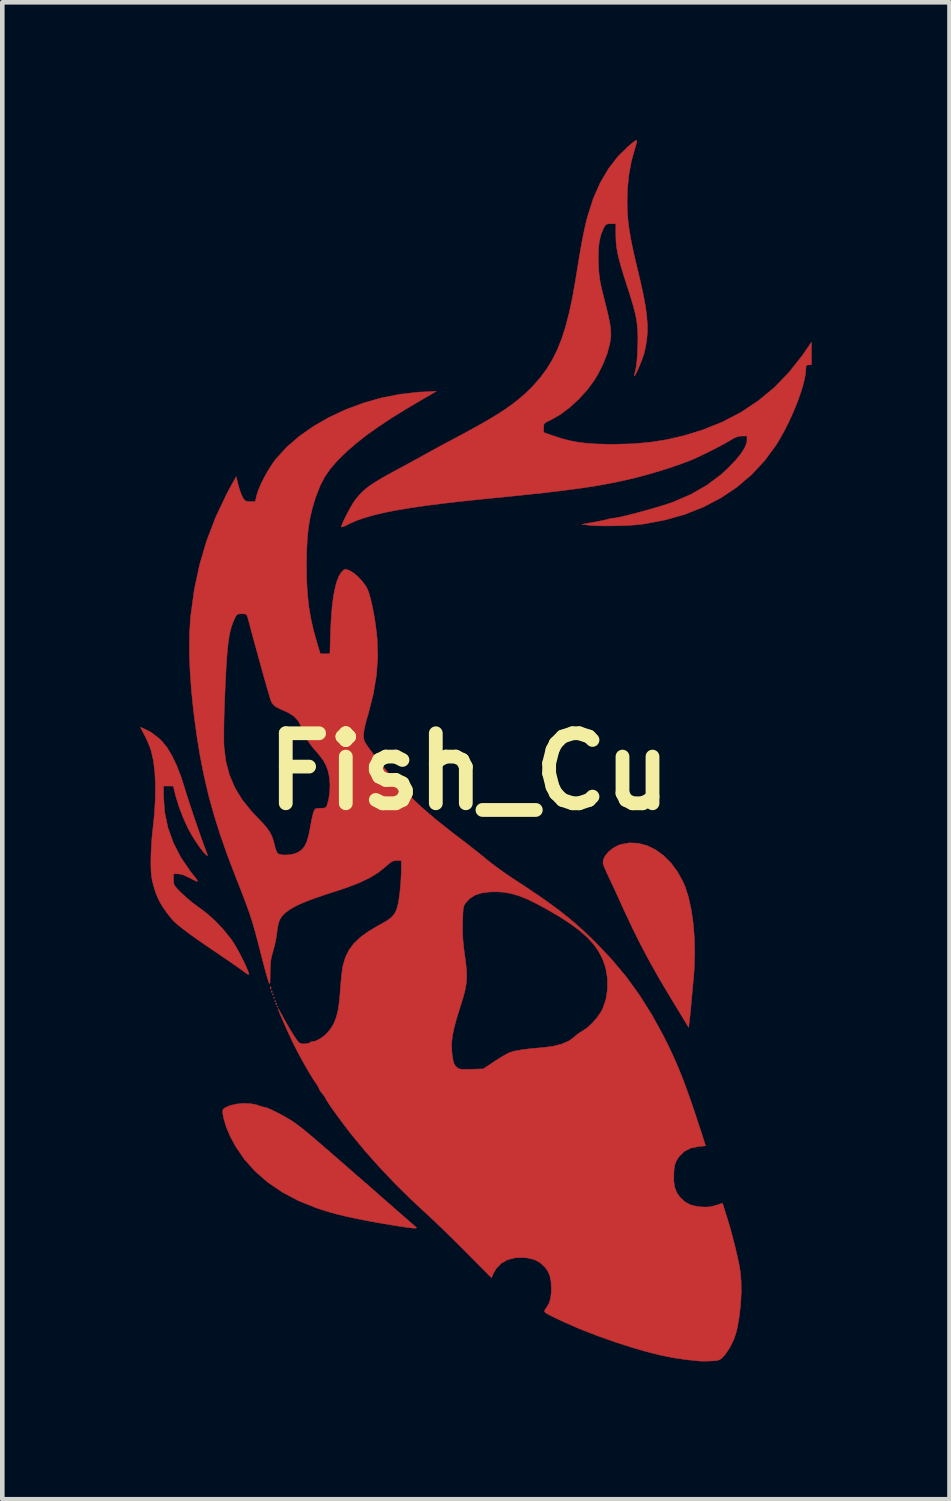
<source format=kicad_pcb>
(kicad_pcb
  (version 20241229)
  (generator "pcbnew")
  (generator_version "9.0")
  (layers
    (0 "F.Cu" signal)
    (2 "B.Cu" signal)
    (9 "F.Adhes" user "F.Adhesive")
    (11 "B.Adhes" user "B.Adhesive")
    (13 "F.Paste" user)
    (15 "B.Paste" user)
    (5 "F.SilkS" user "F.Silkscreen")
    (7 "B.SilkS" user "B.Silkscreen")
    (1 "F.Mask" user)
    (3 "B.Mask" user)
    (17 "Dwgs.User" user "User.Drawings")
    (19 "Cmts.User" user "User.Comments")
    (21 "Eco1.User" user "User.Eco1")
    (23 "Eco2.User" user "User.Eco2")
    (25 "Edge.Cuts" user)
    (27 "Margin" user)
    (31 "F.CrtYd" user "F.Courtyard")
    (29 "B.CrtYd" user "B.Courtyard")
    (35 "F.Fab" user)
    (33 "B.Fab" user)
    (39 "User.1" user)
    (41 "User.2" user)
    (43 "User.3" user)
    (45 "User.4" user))
  (footprint "Fish_Cu"
    (layer "F.Cu")
    (at 7.162 13.746)
    (property "Reference" "Fish_Cu" (at 0 0 0) (layer "F.SilkS") (effects (font (size 1.524 1.524) (thickness 0.3))))
    (attr through_hole)
    (fp_poly (pts (xy -4.258 4.85) (xy -4.27 4.862) (xy -4.282 4.85) (xy -4.27 4.838) (xy -4.258 4.85)) (stroke (width 0.01) (type solid)) (fill yes) (layer "F.Cu"))
    (fp_poly (pts (xy -4.233 4.923) (xy -4.245 4.935) (xy -4.258 4.923) (xy -4.245 4.911) (xy -4.233 4.923)) (stroke (width 0.01) (type solid)) (fill yes) (layer "F.Cu"))
    (fp_poly (pts (xy -4.209 4.995) (xy -4.221 5.007) (xy -4.233 4.995) (xy -4.221 4.983) (xy -4.209 4.995)) (stroke (width 0.01) (type solid)) (fill yes) (layer "F.Cu"))
    (fp_poly (pts (xy -4.161 5.116) (xy -4.173 5.128) (xy -4.185 5.116) (xy -4.173 5.104) (xy -4.161 5.116)) (stroke (width 0.01) (type solid)) (fill yes) (layer "F.Cu"))
    (fp_poly (pts (xy -4.314 4.688) (xy -4.311 4.726) (xy -4.315 4.735) (xy -4.326 4.728) (xy -4.328 4.703) (xy -4.322 4.677) (xy -4.314 4.688)) (stroke (width 0.01) (type solid)) (fill yes) (layer "F.Cu"))
    (fp_poly (pts (xy -4.29 4.774) (xy -4.287 4.802) (xy -4.29 4.806) (xy -4.304 4.803) (xy -4.306 4.79) (xy -4.297 4.77) (xy -4.29 4.774)) (stroke (width 0.01) (type solid)) (fill yes) (layer "F.Cu"))
    (fp_poly (pts (xy -4.193 5.04) (xy -4.19 5.068) (xy -4.193 5.072) (xy -4.207 5.069) (xy -4.209 5.056) (xy -4.2 5.036) (xy -4.193 5.04)) (stroke (width 0.01) (type solid)) (fill yes) (layer "F.Cu"))
    (fp_poly (pts (xy 3.677 1.559) (xy 3.869 1.609) (xy 4.055 1.699) (xy 4.231 1.827) (xy 4.393 1.988) (xy 4.536 2.182) (xy 4.658 2.404) (xy 4.703 2.51) (xy 4.776 2.738) (xy 4.834 3.004) (xy 4.877 3.299) (xy 4.902 3.616) (xy 4.91 3.947) (xy 4.9 4.282) (xy 4.887 4.463) (xy 4.875 4.591) (xy 4.861 4.744) (xy 4.847 4.902) (xy 4.837 5.007) (xy 4.825 5.138) (xy 4.813 5.264) (xy 4.802 5.371) (xy 4.794 5.439) (xy 4.778 5.568) (xy 4.678 5.403) (xy 4.628 5.32) (xy 4.561 5.209) (xy 4.484 5.083) (xy 4.406 4.955) (xy 4.387 4.923) (xy 4.148 4.522) (xy 3.934 4.143) (xy 3.736 3.771) (xy 3.548 3.393) (xy 3.361 2.993) (xy 3.33 2.924) (xy 3.264 2.778) (xy 3.192 2.621) (xy 3.123 2.471) (xy 3.063 2.345) (xy 3.052 2.322) (xy 3.002 2.215) (xy 2.959 2.118) (xy 2.928 2.043) (xy 2.915 2.004) (xy 2.918 1.923) (xy 2.96 1.834) (xy 3.033 1.746) (xy 3.13 1.668) (xy 3.244 1.606) (xy 3.293 1.588) (xy 3.484 1.551) (xy 3.677 1.559)) (stroke (width 0.01) (type solid)) (fill yes) (layer "F.Cu"))
    (fp_poly (pts (xy -4.754 7.229) (xy -4.616 7.257) (xy -4.575 7.272) (xy -4.51 7.295) (xy -4.458 7.305) (xy -4.454 7.306) (xy -4.408 7.317) (xy -4.329 7.35) (xy -4.226 7.399) (xy -4.106 7.461) (xy -3.985 7.528) (xy -3.938 7.556) (xy -3.893 7.582) (xy -3.849 7.61) (xy -3.803 7.641) (xy -3.753 7.677) (xy -3.695 7.72) (xy -3.628 7.773) (xy -3.549 7.837) (xy -3.456 7.915) (xy -3.345 8.009) (xy -3.216 8.12) (xy -3.064 8.251) (xy -2.888 8.404) (xy -2.685 8.581) (xy -2.453 8.784) (xy -2.188 9.014) (xy -1.946 9.227) (xy -1.781 9.371) (xy -1.627 9.505) (xy -1.488 9.627) (xy -1.368 9.732) (xy -1.27 9.817) (xy -1.199 9.879) (xy -1.158 9.915) (xy -1.15 9.922) (xy -1.148 9.935) (xy -1.184 9.939) (xy -1.26 9.933) (xy -1.378 9.918) (xy -1.542 9.893) (xy -1.548 9.892) (xy -1.881 9.837) (xy -2.172 9.785) (xy -2.427 9.736) (xy -2.653 9.688) (xy -2.856 9.639) (xy -3.042 9.588) (xy -3.218 9.534) (xy -3.336 9.494) (xy -3.716 9.341) (xy -4.063 9.157) (xy -4.376 8.945) (xy -4.652 8.706) (xy -4.89 8.441) (xy -5.081 8.163) (xy -5.195 7.95) (xy -5.284 7.742) (xy -5.342 7.551) (xy -5.359 7.465) (xy -5.366 7.396) (xy -5.357 7.355) (xy -5.326 7.326) (xy -5.318 7.321) (xy -5.206 7.269) (xy -5.064 7.236) (xy -4.908 7.222) (xy -4.754 7.229)) (stroke (width 0.01) (type solid)) (fill yes) (layer "F.Cu"))
    (fp_poly (pts (xy -7.092 -0.941) (xy -6.93 -0.859) (xy -6.768 -0.737) (xy -6.684 -0.657) (xy -6.574 -0.522) (xy -6.467 -0.343) (xy -6.364 -0.126) (xy -6.268 0.123) (xy -6.193 0.361) (xy -6.155 0.485) (xy -6.104 0.645) (xy -6.043 0.828) (xy -5.977 1.026) (xy -5.907 1.228) (xy -5.839 1.424) (xy -5.775 1.602) (xy -5.719 1.753) (xy -5.71 1.776) (xy -5.694 1.822) (xy -5.7 1.83) (xy -5.724 1.812) (xy -5.783 1.751) (xy -5.857 1.657) (xy -5.938 1.54) (xy -6.02 1.411) (xy -6.094 1.28) (xy -6.117 1.238) (xy -6.22 1.013) (xy -6.314 0.767) (xy -6.389 0.524) (xy -6.41 0.441) (xy -6.439 0.314) (xy -6.652 0.314) (xy -6.652 0.541) (xy -6.628 0.884) (xy -6.557 1.222) (xy -6.439 1.55) (xy -6.276 1.868) (xy -6.068 2.173) (xy -5.99 2.271) (xy -5.944 2.33) (xy -5.916 2.373) (xy -5.913 2.389) (xy -5.938 2.384) (xy -5.994 2.359) (xy -6.069 2.321) (xy -6.084 2.313) (xy -6.215 2.251) (xy -6.32 2.226) (xy -6.339 2.226) (xy -6.435 2.226) (xy -6.435 2.349) (xy -6.433 2.406) (xy -6.425 2.45) (xy -6.404 2.492) (xy -6.363 2.542) (xy -6.296 2.611) (xy -6.259 2.647) (xy -6.157 2.742) (xy -6.037 2.842) (xy -5.922 2.929) (xy -5.89 2.951) (xy -5.709 3.088) (xy -5.523 3.256) (xy -5.347 3.442) (xy -5.195 3.631) (xy -5.136 3.715) (xy -5.082 3.803) (xy -5.023 3.908) (xy -4.963 4.022) (xy -4.906 4.135) (xy -4.858 4.239) (xy -4.82 4.327) (xy -4.798 4.389) (xy -4.796 4.417) (xy -4.82 4.411) (xy -4.865 4.382) (xy -4.874 4.374) (xy -4.924 4.337) (xy -5.002 4.281) (xy -5.11 4.206) (xy -5.251 4.108) (xy -5.427 3.988) (xy -5.64 3.843) (xy -5.738 3.777) (xy -5.925 3.647) (xy -6.093 3.527) (xy -6.236 3.419) (xy -6.35 3.328) (xy -6.43 3.256) (xy -6.459 3.225) (xy -6.586 3.065) (xy -6.683 2.924) (xy -6.758 2.79) (xy -6.817 2.65) (xy -6.867 2.492) (xy -6.875 2.463) (xy -6.898 2.369) (xy -6.913 2.28) (xy -6.922 2.183) (xy -6.927 2.064) (xy -6.927 1.911) (xy -6.923 1.748) (xy -6.913 1.567) (xy -6.9 1.391) (xy -6.884 1.246) (xy -6.849 0.91) (xy -6.831 0.588) (xy -6.828 0.285) (xy -6.842 0.008) (xy -6.872 -0.236) (xy -6.918 -0.441) (xy -6.922 -0.455) (xy -6.959 -0.56) (xy -7.011 -0.682) (xy -7.064 -0.791) (xy -7.157 -0.965) (xy -7.092 -0.941)) (stroke (width 0.01) (type solid)) (fill yes) (layer "F.Cu"))
    (fp_poly (pts (xy 3.651 -13.72) (xy 3.639 -13.665) (xy 3.612 -13.576) (xy 3.532 -13.289) (xy 3.479 -13.006) (xy 3.448 -12.706) (xy 3.443 -12.603) (xy 3.439 -12.398) (xy 3.443 -12.2) (xy 3.458 -11.999) (xy 3.485 -11.789) (xy 3.525 -11.559) (xy 3.578 -11.303) (xy 3.646 -11.012) (xy 3.665 -10.934) (xy 3.738 -10.626) (xy 3.796 -10.357) (xy 3.839 -10.121) (xy 3.866 -9.913) (xy 3.88 -9.726) (xy 3.879 -9.554) (xy 3.865 -9.392) (xy 3.838 -9.232) (xy 3.809 -9.107) (xy 3.787 -9.038) (xy 3.755 -8.951) (xy 3.717 -8.856) (xy 3.678 -8.763) (xy 3.642 -8.685) (xy 3.613 -8.631) (xy 3.597 -8.612) (xy 3.598 -8.633) (xy 3.609 -8.687) (xy 3.623 -8.739) (xy 3.638 -8.818) (xy 3.652 -8.935) (xy 3.663 -9.081) (xy 3.67 -9.246) (xy 3.67 -9.253) (xy 3.674 -9.418) (xy 3.671 -9.563) (xy 3.662 -9.697) (xy 3.645 -9.829) (xy 3.617 -9.969) (xy 3.577 -10.125) (xy 3.524 -10.305) (xy 3.456 -10.52) (xy 3.435 -10.583) (xy 3.363 -10.81) (xy 3.306 -10.998) (xy 3.262 -11.157) (xy 3.231 -11.294) (xy 3.21 -11.416) (xy 3.198 -11.531) (xy 3.194 -11.648) (xy 3.193 -11.695) (xy 3.193 -11.926) (xy 3.085 -11.926) (xy 3.015 -11.922) (xy 2.975 -11.904) (xy 2.942 -11.858) (xy 2.927 -11.83) (xy 2.873 -11.7) (xy 2.836 -11.556) (xy 2.816 -11.389) (xy 2.811 -11.188) (xy 2.814 -11.067) (xy 2.82 -10.934) (xy 2.829 -10.821) (xy 2.842 -10.716) (xy 2.863 -10.605) (xy 2.893 -10.474) (xy 2.934 -10.311) (xy 2.935 -10.305) (xy 2.988 -10.094) (xy 3.029 -9.922) (xy 3.058 -9.783) (xy 3.077 -9.668) (xy 3.085 -9.571) (xy 3.085 -9.484) (xy 3.077 -9.401) (xy 3.062 -9.314) (xy 3.062 -9.314) (xy 3.004 -9.1) (xy 2.916 -8.875) (xy 2.806 -8.655) (xy 2.72 -8.513) (xy 2.565 -8.304) (xy 2.385 -8.107) (xy 2.191 -7.929) (xy 1.992 -7.779) (xy 1.797 -7.666) (xy 1.785 -7.66) (xy 1.701 -7.62) (xy 1.653 -7.591) (xy 1.629 -7.561) (xy 1.622 -7.522) (xy 1.621 -7.483) (xy 1.621 -7.383) (xy 1.796 -7.321) (xy 1.987 -7.258) (xy 2.168 -7.209) (xy 2.35 -7.173) (xy 2.543 -7.148) (xy 2.757 -7.133) (xy 3.003 -7.126) (xy 3.157 -7.125) (xy 3.568 -7.136) (xy 3.949 -7.17) (xy 4.314 -7.228) (xy 4.677 -7.313) (xy 5.05 -7.427) (xy 5.075 -7.435) (xy 5.509 -7.608) (xy 5.916 -7.82) (xy 6.294 -8.072) (xy 6.643 -8.361) (xy 6.961 -8.689) (xy 7.25 -9.054) (xy 7.304 -9.131) (xy 7.451 -9.347) (xy 7.451 -8.854) (xy 7.39 -8.854) (xy 7.35 -8.848) (xy 7.333 -8.821) (xy 7.33 -8.763) (xy 7.316 -8.626) (xy 7.28 -8.456) (xy 7.222 -8.262) (xy 7.147 -8.05) (xy 7.058 -7.83) (xy 6.957 -7.608) (xy 6.848 -7.394) (xy 6.734 -7.193) (xy 6.673 -7.096) (xy 6.425 -6.761) (xy 6.143 -6.46) (xy 5.828 -6.192) (xy 5.48 -5.959) (xy 5.103 -5.761) (xy 4.697 -5.6) (xy 4.264 -5.477) (xy 3.806 -5.391) (xy 3.742 -5.383) (xy 3.606 -5.369) (xy 3.44 -5.359) (xy 3.258 -5.352) (xy 3.072 -5.349) (xy 2.894 -5.349) (xy 2.735 -5.354) (xy 2.609 -5.363) (xy 2.576 -5.367) (xy 2.455 -5.383) (xy 2.709 -5.427) (xy 2.82 -5.448) (xy 2.919 -5.468) (xy 2.991 -5.485) (xy 3.019 -5.493) (xy 3.086 -5.511) (xy 3.128 -5.515) (xy 3.188 -5.522) (xy 3.287 -5.541) (xy 3.415 -5.571) (xy 3.566 -5.608) (xy 3.73 -5.652) (xy 3.899 -5.699) (xy 4.066 -5.747) (xy 4.223 -5.795) (xy 4.361 -5.839) (xy 4.451 -5.871) (xy 4.829 -6.035) (xy 5.172 -6.232) (xy 5.48 -6.462) (xy 5.643 -6.611) (xy 5.805 -6.781) (xy 5.926 -6.931) (xy 6.006 -7.061) (xy 6.044 -7.17) (xy 6.048 -7.207) (xy 6.048 -7.306) (xy 5.939 -7.306) (xy 5.857 -7.297) (xy 5.775 -7.265) (xy 5.698 -7.22) (xy 5.61 -7.168) (xy 5.489 -7.102) (xy 5.348 -7.028) (xy 5.198 -6.952) (xy 5.051 -6.881) (xy 4.92 -6.82) (xy 4.847 -6.788) (xy 4.646 -6.711) (xy 4.412 -6.629) (xy 4.158 -6.547) (xy 3.897 -6.471) (xy 3.643 -6.403) (xy 3.629 -6.399) (xy 3.446 -6.356) (xy 3.263 -6.315) (xy 3.076 -6.277) (xy 2.881 -6.241) (xy 2.673 -6.206) (xy 2.448 -6.172) (xy 2.201 -6.139) (xy 1.929 -6.105) (xy 1.627 -6.069) (xy 1.291 -6.033) (xy 0.916 -5.994) (xy 0.499 -5.952) (xy 0.363 -5.939) (xy -0.11 -5.89) (xy -0.536 -5.842) (xy -0.919 -5.793) (xy -1.261 -5.744) (xy -1.564 -5.693) (xy -1.832 -5.641) (xy -2.065 -5.586) (xy -2.267 -5.529) (xy -2.441 -5.469) (xy -2.588 -5.405) (xy -2.631 -5.383) (xy -2.704 -5.347) (xy -2.758 -5.327) (xy -2.782 -5.327) (xy -2.782 -5.328) (xy -2.77 -5.37) (xy -2.74 -5.443) (xy -2.695 -5.536) (xy -2.642 -5.64) (xy -2.586 -5.742) (xy -2.532 -5.834) (xy -2.486 -5.904) (xy -2.477 -5.916) (xy -2.403 -6.007) (xy -2.326 -6.088) (xy -2.24 -6.164) (xy -2.137 -6.241) (xy -2.011 -6.322) (xy -1.857 -6.413) (xy -1.667 -6.518) (xy -1.597 -6.556) (xy -1.448 -6.636) (xy -1.29 -6.722) (xy -1.138 -6.805) (xy -1.006 -6.878) (xy -0.956 -6.906) (xy -0.822 -6.98) (xy -0.667 -7.065) (xy -0.511 -7.149) (xy -0.399 -7.208) (xy -0.09 -7.373) (xy 0.18 -7.521) (xy 0.415 -7.655) (xy 0.619 -7.779) (xy 0.798 -7.895) (xy 0.955 -8.008) (xy 1.096 -8.119) (xy 1.225 -8.232) (xy 1.346 -8.349) (xy 1.392 -8.397) (xy 1.548 -8.574) (xy 1.687 -8.761) (xy 1.81 -8.962) (xy 1.919 -9.181) (xy 2.016 -9.424) (xy 2.103 -9.696) (xy 2.181 -10) (xy 2.254 -10.343) (xy 2.321 -10.728) (xy 2.334 -10.808) (xy 2.379 -11.09) (xy 2.42 -11.332) (xy 2.457 -11.538) (xy 2.492 -11.717) (xy 2.526 -11.874) (xy 2.56 -12.017) (xy 2.578 -12.083) (xy 2.7 -12.468) (xy 2.852 -12.814) (xy 3.032 -13.121) (xy 3.24 -13.39) (xy 3.456 -13.603) (xy 3.549 -13.682) (xy 3.61 -13.728) (xy 3.643 -13.741) (xy 3.651 -13.72)) (stroke (width 0.01) (type solid)) (fill yes) (layer "F.Cu"))
    (fp_poly (pts (xy -1.016 -8.104) (xy -1.374 -7.893) (xy -1.692 -7.696) (xy -1.973 -7.51) (xy -2.222 -7.333) (xy -2.443 -7.16) (xy -2.641 -6.99) (xy -2.819 -6.819) (xy -2.876 -6.76) (xy -3.024 -6.589) (xy -3.144 -6.415) (xy -3.243 -6.225) (xy -3.33 -6.003) (xy -3.349 -5.95) (xy -3.411 -5.743) (xy -3.46 -5.539) (xy -3.496 -5.328) (xy -3.521 -5.1) (xy -3.535 -4.845) (xy -3.541 -4.554) (xy -3.541 -4.499) (xy -3.537 -4.172) (xy -3.521 -3.879) (xy -3.492 -3.608) (xy -3.449 -3.346) (xy -3.389 -3.08) (xy -3.311 -2.798) (xy -3.3 -2.764) (xy -3.24 -2.564) (xy -3.031 -2.564) (xy -3.016 -3.042) (xy -3.002 -3.35) (xy -2.98 -3.616) (xy -2.949 -3.844) (xy -2.908 -4.039) (xy -2.881 -4.135) (xy -2.837 -4.247) (xy -2.786 -4.334) (xy -2.732 -4.389) (xy -2.692 -4.403) (xy -2.616 -4.383) (xy -2.525 -4.33) (xy -2.429 -4.251) (xy -2.337 -4.155) (xy -2.258 -4.05) (xy -2.217 -3.979) (xy -2.182 -3.889) (xy -2.145 -3.759) (xy -2.108 -3.599) (xy -2.073 -3.419) (xy -2.042 -3.226) (xy -2.017 -3.031) (xy -2.002 -2.883) (xy -1.99 -2.499) (xy -2.018 -2.101) (xy -2.087 -1.686) (xy -2.197 -1.251) (xy -2.226 -1.157) (xy -2.262 -1.025) (xy -2.287 -0.902) (xy -2.298 -0.805) (xy -2.298 -0.794) (xy -2.297 -0.741) (xy -2.29 -0.696) (xy -2.273 -0.65) (xy -2.241 -0.595) (xy -2.19 -0.521) (xy -2.115 -0.42) (xy -2.093 -0.391) (xy -1.841 -0.069) (xy -1.584 0.229) (xy -1.315 0.511) (xy -1.025 0.784) (xy -0.707 1.057) (xy -0.353 1.337) (xy -0.273 1.398) (xy -0.132 1.505) (xy 0.015 1.619) (xy 0.157 1.731) (xy 0.282 1.831) (xy 0.365 1.899) (xy 0.479 1.991) (xy 0.619 2.096) (xy 0.768 2.203) (xy 0.909 2.299) (xy 0.936 2.317) (xy 1.235 2.513) (xy 1.497 2.689) (xy 1.729 2.852) (xy 1.937 3.005) (xy 2.126 3.153) (xy 2.303 3.3) (xy 2.473 3.451) (xy 2.643 3.612) (xy 2.759 3.725) (xy 3.108 4.094) (xy 3.423 4.472) (xy 3.711 4.87) (xy 3.978 5.295) (xy 4.231 5.756) (xy 4.31 5.915) (xy 4.394 6.089) (xy 4.473 6.26) (xy 4.548 6.434) (xy 4.622 6.616) (xy 4.697 6.812) (xy 4.776 7.029) (xy 4.861 7.272) (xy 4.953 7.547) (xy 5.055 7.86) (xy 5.104 8.01) (xy 5.147 8.146) (xy 4.988 8.161) (xy 4.818 8.197) (xy 4.678 8.271) (xy 4.567 8.384) (xy 4.538 8.426) (xy 4.5 8.495) (xy 4.477 8.561) (xy 4.463 8.642) (xy 4.456 8.747) (xy 4.455 8.917) (xy 4.476 9.054) (xy 4.521 9.167) (xy 4.59 9.265) (xy 4.693 9.363) (xy 4.811 9.429) (xy 4.956 9.465) (xy 5.054 9.476) (xy 5.177 9.479) (xy 5.276 9.468) (xy 5.375 9.441) (xy 5.376 9.441) (xy 5.515 9.394) (xy 5.614 9.71) (xy 5.671 9.899) (xy 5.728 10.105) (xy 5.782 10.315) (xy 5.83 10.519) (xy 5.87 10.702) (xy 5.897 10.855) (xy 5.901 10.88) (xy 5.92 11.093) (xy 5.923 11.335) (xy 5.91 11.594) (xy 5.881 11.852) (xy 5.839 12.097) (xy 5.818 12.19) (xy 5.762 12.36) (xy 5.68 12.528) (xy 5.583 12.675) (xy 5.541 12.725) (xy 5.492 12.774) (xy 5.449 12.803) (xy 5.395 12.819) (xy 5.314 12.827) (xy 5.286 12.828) (xy 5.18 12.832) (xy 5.076 12.833) (xy 5.007 12.83) (xy 4.722 12.8) (xy 4.442 12.758) (xy 4.158 12.701) (xy 3.861 12.627) (xy 3.541 12.534) (xy 3.187 12.42) (xy 3.185 12.419) (xy 2.78 12.276) (xy 2.411 12.132) (xy 2.068 11.982) (xy 1.962 11.933) (xy 1.831 11.87) (xy 1.739 11.824) (xy 1.679 11.79) (xy 1.649 11.764) (xy 1.641 11.74) (xy 1.651 11.714) (xy 1.674 11.682) (xy 1.679 11.676) (xy 1.737 11.579) (xy 1.772 11.471) (xy 1.788 11.337) (xy 1.79 11.254) (xy 1.782 11.096) (xy 1.757 10.973) (xy 1.71 10.869) (xy 1.651 10.788) (xy 1.542 10.687) (xy 1.417 10.621) (xy 1.263 10.585) (xy 1.199 10.578) (xy 1.006 10.582) (xy 0.837 10.625) (xy 0.697 10.704) (xy 0.587 10.819) (xy 0.53 10.92) (xy 0.486 11.018) (xy -0.085 10.443) (xy -0.239 10.288) (xy -0.399 10.13) (xy -0.557 9.976) (xy -0.706 9.833) (xy -0.839 9.707) (xy -0.947 9.607) (xy -0.975 9.581) (xy -1.301 9.277) (xy -1.632 8.948) (xy -1.957 8.604) (xy -2.265 8.258) (xy -2.544 7.92) (xy -2.619 7.826) (xy -2.707 7.71) (xy -2.797 7.589) (xy -2.885 7.469) (xy -2.966 7.357) (xy -3.034 7.259) (xy -3.085 7.182) (xy -3.115 7.133) (xy -3.121 7.119) (xy -3.135 7.089) (xy -3.172 7.039) (xy -3.192 7.014) (xy -3.236 6.958) (xy -3.262 6.915) (xy -3.265 6.904) (xy -3.279 6.871) (xy -3.313 6.814) (xy -3.342 6.771) (xy -3.4 6.686) (xy -3.472 6.567) (xy -3.555 6.425) (xy -3.642 6.269) (xy -3.728 6.111) (xy -3.775 6.019) (xy -0.382 6.019) (xy -0.371 6.152) (xy -0.368 6.176) (xy -0.351 6.281) (xy -0.332 6.351) (xy -0.307 6.397) (xy -0.275 6.431) (xy -0.243 6.456) (xy -0.209 6.472) (xy -0.162 6.48) (xy -0.091 6.482) (xy 0.015 6.48) (xy 0.049 6.479) (xy 0.308 6.471) (xy 0.547 6.312) (xy 0.652 6.244) (xy 0.752 6.184) (xy 0.835 6.137) (xy 0.883 6.115) (xy 0.987 6.084) (xy 1.134 6.057) (xy 1.318 6.033) (xy 1.534 6.013) (xy 1.569 6.011) (xy 1.813 5.982) (xy 2.018 5.93) (xy 2.182 5.858) (xy 2.303 5.765) (xy 2.313 5.755) (xy 2.364 5.711) (xy 2.434 5.666) (xy 2.454 5.655) (xy 2.563 5.583) (xy 2.676 5.479) (xy 2.783 5.358) (xy 2.871 5.231) (xy 2.906 5.166) (xy 2.977 4.961) (xy 3.012 4.736) (xy 3.011 4.504) (xy 2.974 4.277) (xy 2.905 4.076) (xy 2.818 3.913) (xy 2.71 3.759) (xy 2.574 3.61) (xy 2.408 3.463) (xy 2.208 3.313) (xy 1.969 3.158) (xy 1.693 2.997) (xy 1.464 2.873) (xy 1.264 2.776) (xy 1.087 2.705) (xy 0.923 2.656) (xy 0.766 2.627) (xy 0.608 2.616) (xy 0.455 2.619) (xy 0.273 2.642) (xy 0.127 2.689) (xy 0.011 2.765) (xy -0.059 2.839) (xy -0.088 2.876) (xy -0.108 2.91) (xy -0.122 2.95) (xy -0.13 3.006) (xy -0.136 3.086) (xy -0.139 3.2) (xy -0.141 3.282) (xy -0.143 3.474) (xy -0.136 3.648) (xy -0.119 3.825) (xy -0.096 3.999) (xy -0.071 4.188) (xy -0.056 4.344) (xy -0.053 4.482) (xy -0.063 4.613) (xy -0.087 4.748) (xy -0.126 4.9) (xy -0.181 5.081) (xy -0.204 5.153) (xy -0.275 5.381) (xy -0.327 5.573) (xy -0.361 5.738) (xy -0.379 5.884) (xy -0.382 6.019) (xy -3.775 6.019) (xy -3.804 5.962) (xy -3.85 5.868) (xy -3.903 5.755) (xy -3.959 5.633) (xy -4.015 5.509) (xy -4.066 5.392) (xy -4.11 5.29) (xy -4.142 5.212) (xy -4.159 5.165) (xy -4.16 5.158) (xy -4.15 5.17) (xy -4.121 5.217) (xy -4.08 5.291) (xy -4.044 5.358) (xy -3.978 5.477) (xy -3.904 5.605) (xy -3.833 5.719) (xy -3.813 5.751) (xy -3.756 5.836) (xy -3.716 5.887) (xy -3.682 5.914) (xy -3.644 5.925) (xy -3.593 5.927) (xy -3.592 5.927) (xy -3.524 5.922) (xy -3.479 5.909) (xy -3.471 5.902) (xy -3.437 5.882) (xy -3.408 5.878) (xy -3.334 5.861) (xy -3.242 5.814) (xy -3.149 5.746) (xy -3.093 5.693) (xy -3.009 5.591) (xy -2.942 5.476) (xy -2.89 5.343) (xy -2.851 5.182) (xy -2.823 4.988) (xy -2.804 4.754) (xy -2.804 4.753) (xy -2.793 4.607) (xy -2.779 4.465) (xy -2.765 4.34) (xy -2.75 4.244) (xy -2.745 4.215) (xy -2.691 4.039) (xy -2.614 3.883) (xy -2.508 3.741) (xy -2.369 3.608) (xy -2.192 3.479) (xy -1.973 3.349) (xy -1.932 3.328) (xy -1.799 3.252) (xy -1.704 3.183) (xy -1.637 3.113) (xy -1.591 3.033) (xy -1.562 2.949) (xy -1.538 2.843) (xy -1.517 2.701) (xy -1.498 2.537) (xy -1.485 2.363) (xy -1.477 2.193) (xy -1.476 2.123) (xy -1.476 1.935) (xy -1.575 1.935) (xy -1.627 1.939) (xy -1.674 1.955) (xy -1.726 1.989) (xy -1.796 2.048) (xy -1.833 2.081) (xy -1.984 2.2) (xy -2.167 2.312) (xy -2.388 2.417) (xy -2.65 2.519) (xy -2.861 2.59) (xy -3.128 2.676) (xy -3.353 2.753) (xy -3.539 2.823) (xy -3.692 2.887) (xy -3.816 2.949) (xy -3.916 3.009) (xy -3.997 3.069) (xy -4.004 3.075) (xy -4.072 3.143) (xy -4.119 3.215) (xy -4.151 3.302) (xy -4.174 3.417) (xy -4.184 3.501) (xy -4.203 3.63) (xy -4.232 3.773) (xy -4.266 3.898) (xy -4.268 3.907) (xy -4.298 4.011) (xy -4.317 4.109) (xy -4.327 4.217) (xy -4.331 4.353) (xy -4.331 4.378) (xy -4.333 4.497) (xy -4.334 4.573) (xy -4.338 4.61) (xy -4.345 4.616) (xy -4.357 4.594) (xy -4.37 4.56) (xy -4.386 4.509) (xy -4.412 4.42) (xy -4.445 4.299) (xy -4.483 4.155) (xy -4.524 3.996) (xy -4.55 3.895) (xy -4.601 3.697) (xy -4.646 3.528) (xy -4.688 3.377) (xy -4.73 3.236) (xy -4.776 3.096) (xy -4.828 2.949) (xy -4.889 2.785) (xy -4.961 2.597) (xy -5.049 2.374) (xy -5.074 2.31) (xy -5.259 1.826) (xy -5.419 1.37) (xy -5.556 0.934) (xy -5.674 0.506) (xy -5.774 0.076) (xy -5.86 -0.365) (xy -5.926 -0.773) (xy -5.34 -0.773) (xy -5.339 -0.64) (xy -5.336 -0.544) (xy -5.335 -0.536) (xy -5.295 -0.22) (xy -5.218 0.073) (xy -5.101 0.348) (xy -4.942 0.61) (xy -4.737 0.865) (xy -4.622 0.988) (xy -4.499 1.115) (xy -4.408 1.221) (xy -4.342 1.314) (xy -4.295 1.404) (xy -4.261 1.5) (xy -4.242 1.579) (xy -4.218 1.669) (xy -4.191 1.742) (xy -4.167 1.783) (xy -4.165 1.784) (xy -4.105 1.808) (xy -4.016 1.816) (xy -3.911 1.81) (xy -3.809 1.79) (xy -3.724 1.758) (xy -3.646 1.704) (xy -3.584 1.63) (xy -3.534 1.527) (xy -3.493 1.39) (xy -3.459 1.218) (xy -3.438 1.102) (xy -3.416 0.996) (xy -3.397 0.914) (xy -3.386 0.877) (xy -3.365 0.83) (xy -3.338 0.807) (xy -3.287 0.799) (xy -3.239 0.798) (xy -3.165 0.795) (xy -3.125 0.782) (xy -3.101 0.751) (xy -3.093 0.732) (xy -3.058 0.608) (xy -3.036 0.457) (xy -3.029 0.296) (xy -3.039 0.146) (xy -3.04 0.135) (xy -3.069 -0.01) (xy -3.114 -0.135) (xy -3.181 -0.254) (xy -3.279 -0.382) (xy -3.33 -0.44) (xy -3.425 -0.552) (xy -3.5 -0.657) (xy -3.563 -0.769) (xy -3.625 -0.907) (xy -3.65 -0.97) (xy -3.721 -1.105) (xy -3.817 -1.208) (xy -3.948 -1.29) (xy -4.013 -1.319) (xy -4.128 -1.369) (xy -4.206 -1.411) (xy -4.259 -1.453) (xy -4.295 -1.503) (xy -4.314 -1.543) (xy -4.328 -1.584) (xy -4.353 -1.667) (xy -4.387 -1.784) (xy -4.429 -1.931) (xy -4.478 -2.102) (xy -4.53 -2.291) (xy -4.586 -2.493) (xy -4.643 -2.701) (xy -4.7 -2.91) (xy -4.755 -3.113) (xy -4.806 -3.307) (xy -4.813 -3.332) (xy -4.832 -3.395) (xy -4.856 -3.425) (xy -4.901 -3.434) (xy -4.949 -3.435) (xy -5.011 -3.433) (xy -5.049 -3.421) (xy -5.077 -3.388) (xy -5.108 -3.323) (xy -5.117 -3.303) (xy -5.15 -3.222) (xy -5.179 -3.137) (xy -5.204 -3.043) (xy -5.225 -2.936) (xy -5.244 -2.81) (xy -5.26 -2.663) (xy -5.275 -2.488) (xy -5.289 -2.282) (xy -5.301 -2.041) (xy -5.314 -1.759) (xy -5.324 -1.512) (xy -5.331 -1.314) (xy -5.336 -1.12) (xy -5.339 -0.936) (xy -5.34 -0.773) (xy -5.926 -0.773) (xy -5.935 -0.829) (xy -5.938 -0.855) (xy -6.001 -1.334) (xy -6.047 -1.795) (xy -6.077 -2.233) (xy -6.09 -2.641) (xy -6.086 -3.016) (xy -6.065 -3.351) (xy -6.061 -3.387) (xy -5.983 -3.959) (xy -5.867 -4.505) (xy -5.711 -5.031) (xy -5.514 -5.544) (xy -5.274 -6.05) (xy -5.159 -6.262) (xy -5.071 -6.42) (xy -5.028 -6.244) (xy -4.998 -6.141) (xy -4.963 -6.043) (xy -4.931 -5.973) (xy -4.894 -5.914) (xy -4.857 -5.887) (xy -4.8 -5.879) (xy -4.767 -5.878) (xy -4.656 -5.878) (xy -4.627 -6.005) (xy -4.588 -6.128) (xy -4.525 -6.275) (xy -4.444 -6.433) (xy -4.353 -6.591) (xy -4.258 -6.735) (xy -4.201 -6.81) (xy -3.969 -7.064) (xy -3.695 -7.301) (xy -3.387 -7.517) (xy -3.049 -7.711) (xy -2.686 -7.881) (xy -2.305 -8.022) (xy -1.91 -8.135) (xy -1.506 -8.214) (xy -1.1 -8.26) (xy -1.016 -8.264) (xy -0.714 -8.279) (xy -1.016 -8.104)) (stroke (width 0.01) (type solid)) (fill yes) (layer "F.Cu")))
  (gr_rect
    (start -3 -3)
    (end 17.618 29.584)
    (stroke (width 0.1) (type default))
    (fill no)
    (layer "Edge.Cuts")))
</source>
